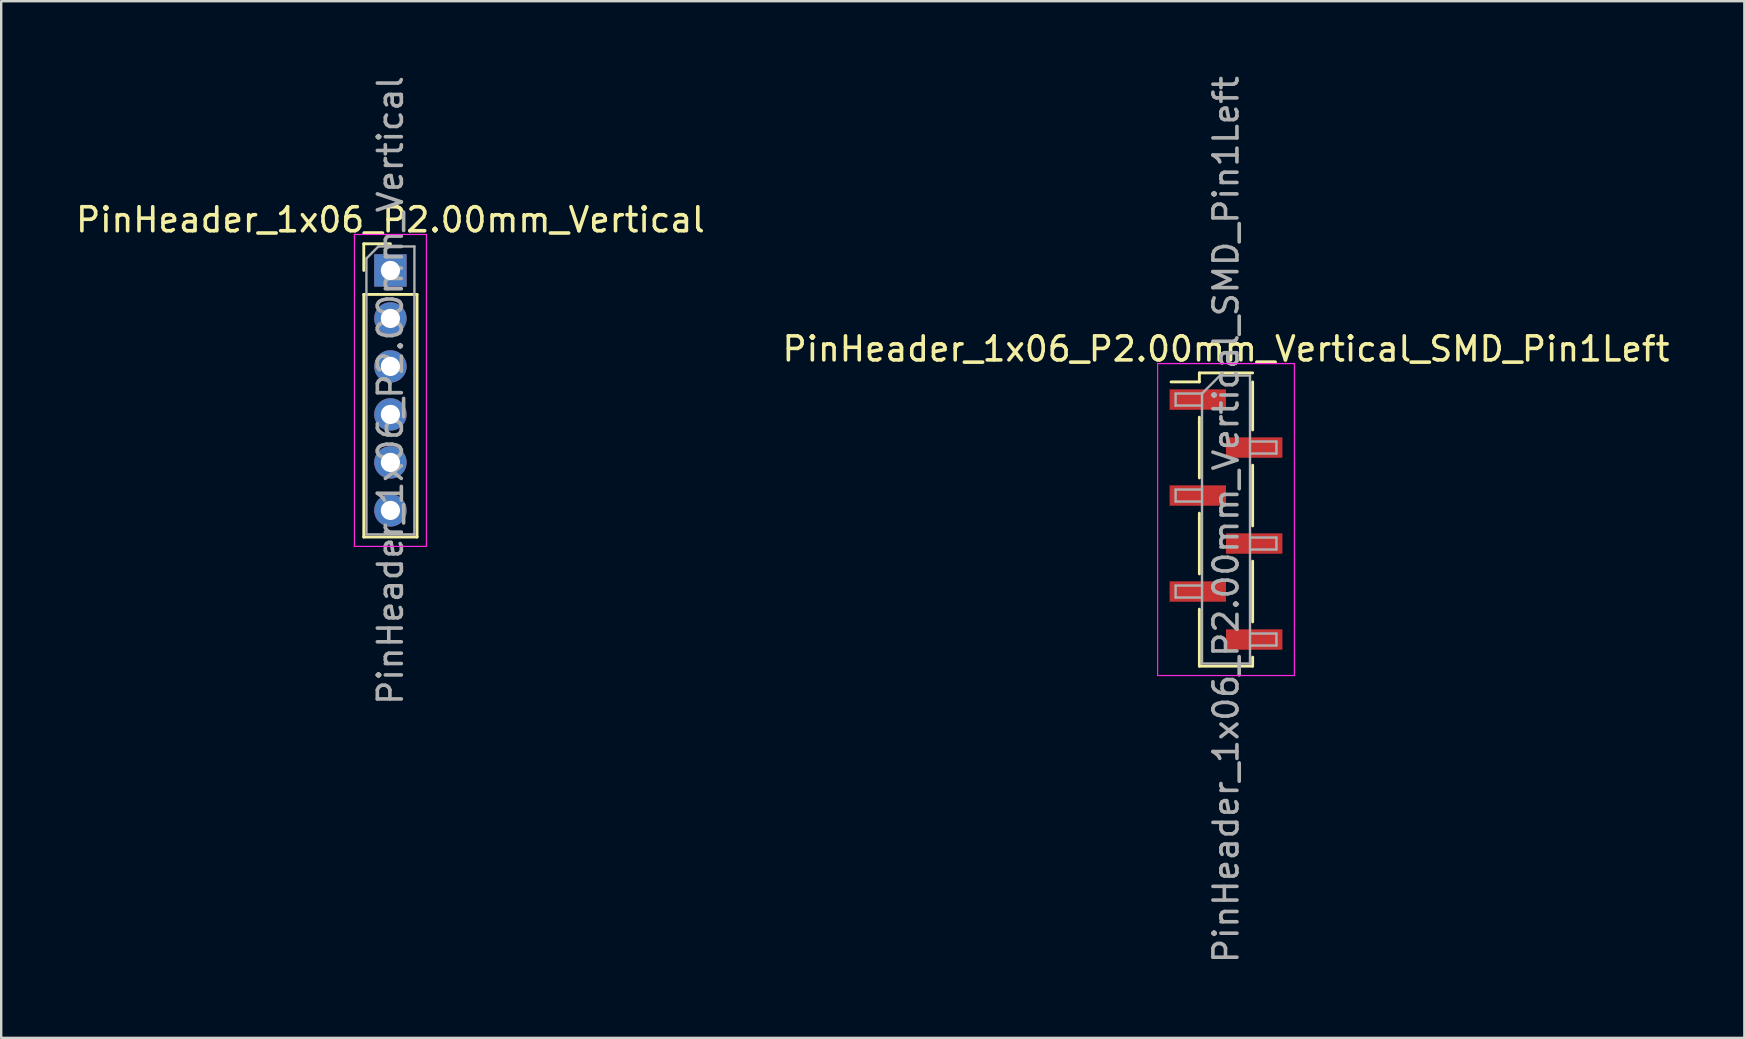
<source format=kicad_pcb>
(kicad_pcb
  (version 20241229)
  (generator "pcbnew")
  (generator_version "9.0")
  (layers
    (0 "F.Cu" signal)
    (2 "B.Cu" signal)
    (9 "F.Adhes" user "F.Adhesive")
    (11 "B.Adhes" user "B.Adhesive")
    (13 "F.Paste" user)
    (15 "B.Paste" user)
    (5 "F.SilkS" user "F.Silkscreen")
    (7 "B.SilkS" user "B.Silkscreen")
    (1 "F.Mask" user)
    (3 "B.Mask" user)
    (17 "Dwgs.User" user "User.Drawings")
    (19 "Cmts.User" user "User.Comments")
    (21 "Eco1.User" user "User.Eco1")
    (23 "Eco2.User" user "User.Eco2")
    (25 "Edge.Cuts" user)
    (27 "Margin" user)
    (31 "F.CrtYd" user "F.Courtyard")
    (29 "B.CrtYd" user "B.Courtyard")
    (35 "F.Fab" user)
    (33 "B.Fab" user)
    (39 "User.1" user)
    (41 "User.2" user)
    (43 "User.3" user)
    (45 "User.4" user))
  (footprint "PinHeader_1x06_P2.00mm_Vertical"
    (layer "F.Cu")
    (at 13.22 8.22)
    (property "Reference" "PinHeader_1x06_P2.00mm_Vertical" (at 0 -2.11 0) (layer "F.SilkS") (effects (font (size 1 1) (thickness 0.15))))
    (attr through_hole)
    (fp_line (start -1.11 -1.11) (end 0 -1.11) (stroke (width 0.12) (type solid)) (layer "F.SilkS"))
    (fp_line (start -1.11 0) (end -1.11 -1.11) (stroke (width 0.12) (type solid)) (layer "F.SilkS"))
    (fp_line (start -1.11 1) (end -1.11 11.11) (stroke (width 0.12) (type solid)) (layer "F.SilkS"))
    (fp_line (start -1.11 1) (end 1.11 1) (stroke (width 0.12) (type solid)) (layer "F.SilkS"))
    (fp_line (start -1.11 11.11) (end 1.11 11.11) (stroke (width 0.12) (type solid)) (layer "F.SilkS"))
    (fp_line (start 1.11 1) (end 1.11 11.11) (stroke (width 0.12) (type solid)) (layer "F.SilkS"))
    (fp_line (start -1.5 -1.5) (end -1.5 11.5) (stroke (width 0.05) (type solid)) (layer "F.CrtYd"))
    (fp_line (start -1.5 11.5) (end 1.5 11.5) (stroke (width 0.05) (type solid)) (layer "F.CrtYd"))
    (fp_line (start 1.5 -1.5) (end -1.5 -1.5) (stroke (width 0.05) (type solid)) (layer "F.CrtYd"))
    (fp_line (start 1.5 11.5) (end 1.5 -1.5) (stroke (width 0.05) (type solid)) (layer "F.CrtYd"))
    (fp_line (start -1 -0.5) (end -0.5 -1) (stroke (width 0.1) (type solid)) (layer "F.Fab"))
    (fp_line (start -1 11) (end -1 -0.5) (stroke (width 0.1) (type solid)) (layer "F.Fab"))
    (fp_line (start -0.5 -1) (end 1 -1) (stroke (width 0.1) (type solid)) (layer "F.Fab"))
    (fp_line (start 1 -1) (end 1 11) (stroke (width 0.1) (type solid)) (layer "F.Fab"))
    (fp_line (start 1 11) (end -1 11) (stroke (width 0.1) (type solid)) (layer "F.Fab"))
    (fp_text user "${REFERENCE}" (at 0 5 90) (layer "F.Fab") (effects (font (size 1 1) (thickness 0.15))))
    (pad "1" thru_hole rect (at 0 0) (size 1.35 1.35) (drill 0.8) (layers "*.Cu" "*.Mask"))
    (pad "2" thru_hole circle (at 0 2) (size 1.35 1.35) (drill 0.8) (layers "*.Cu" "*.Mask"))
    (pad "3" thru_hole circle (at 0 4) (size 1.35 1.35) (drill 0.8) (layers "*.Cu" "*.Mask"))
    (pad "4" thru_hole circle (at 0 6) (size 1.35 1.35) (drill 0.8) (layers "*.Cu" "*.Mask"))
    (pad "5" thru_hole circle (at 0 8) (size 1.35 1.35) (drill 0.8) (layers "*.Cu" "*.Mask"))
    (pad "6" thru_hole circle (at 0 10) (size 1.35 1.35) (drill 0.8) (layers "*.Cu" "*.Mask")))
  (footprint "PinHeader_1x06_P2.00mm_Vertical_SMD_Pin1Left"
    (layer "F.Cu")
    (at 48.042 18.601)
    (property "Reference" "PinHeader_1x06_P2.00mm_Vertical_SMD_Pin1Left" (at 0 -7.11 0) (layer "F.SilkS") (effects (font (size 1 1) (thickness 0.15))))
    (attr smd)
    (fp_line (start -1.11 -6.11) (end -1.11 -5.735) (stroke (width 0.12) (type solid)) (layer "F.SilkS"))
    (fp_line (start -1.11 -6.11) (end 1.11 -6.11) (stroke (width 0.12) (type solid)) (layer "F.SilkS"))
    (fp_line (start -1.11 -5.735) (end -2.29 -5.735) (stroke (width 0.12) (type solid)) (layer "F.SilkS"))
    (fp_line (start -1.11 -4.265) (end -1.11 -1.735) (stroke (width 0.12) (type solid)) (layer "F.SilkS"))
    (fp_line (start -1.11 -0.265) (end -1.11 2.265) (stroke (width 0.12) (type solid)) (layer "F.SilkS"))
    (fp_line (start -1.11 3.735) (end -1.11 6.11) (stroke (width 0.12) (type solid)) (layer "F.SilkS"))
    (fp_line (start -1.11 6.11) (end 1.11 6.11) (stroke (width 0.12) (type solid)) (layer "F.SilkS"))
    (fp_line (start 1.11 -5.735) (end 1.11 -3.735) (stroke (width 0.12) (type solid)) (layer "F.SilkS"))
    (fp_line (start 1.11 -2.265) (end 1.11 0.265) (stroke (width 0.12) (type solid)) (layer "F.SilkS"))
    (fp_line (start 1.11 1.735) (end 1.11 4.265) (stroke (width 0.12) (type solid)) (layer "F.SilkS"))
    (fp_line (start 1.11 5.735) (end 1.11 6.11) (stroke (width 0.12) (type solid)) (layer "F.SilkS"))
    (fp_line (start -2.85 -6.5) (end -2.85 6.5) (stroke (width 0.05) (type solid)) (layer "F.CrtYd"))
    (fp_line (start -2.85 6.5) (end 2.85 6.5) (stroke (width 0.05) (type solid)) (layer "F.CrtYd"))
    (fp_line (start 2.85 -6.5) (end -2.85 -6.5) (stroke (width 0.05) (type solid)) (layer "F.CrtYd"))
    (fp_line (start 2.85 6.5) (end 2.85 -6.5) (stroke (width 0.05) (type solid)) (layer "F.CrtYd"))
    (fp_line (start -2.1 -5.25) (end -2.1 -4.75) (stroke (width 0.1) (type solid)) (layer "F.Fab"))
    (fp_line (start -2.1 -4.75) (end -1 -4.75) (stroke (width 0.1) (type solid)) (layer "F.Fab"))
    (fp_line (start -2.1 -1.25) (end -2.1 -0.75) (stroke (width 0.1) (type solid)) (layer "F.Fab"))
    (fp_line (start -2.1 -0.75) (end -1 -0.75) (stroke (width 0.1) (type solid)) (layer "F.Fab"))
    (fp_line (start -2.1 2.75) (end -2.1 3.25) (stroke (width 0.1) (type solid)) (layer "F.Fab"))
    (fp_line (start -2.1 3.25) (end -1 3.25) (stroke (width 0.1) (type solid)) (layer "F.Fab"))
    (fp_line (start -1 -5.25) (end -2.1 -5.25) (stroke (width 0.1) (type solid)) (layer "F.Fab"))
    (fp_line (start -1 -5.25) (end -0.25 -6) (stroke (width 0.1) (type solid)) (layer "F.Fab"))
    (fp_line (start -1 -1.25) (end -2.1 -1.25) (stroke (width 0.1) (type solid)) (layer "F.Fab"))
    (fp_line (start -1 2.75) (end -2.1 2.75) (stroke (width 0.1) (type solid)) (layer "F.Fab"))
    (fp_line (start -1 6) (end -1 -5.25) (stroke (width 0.1) (type solid)) (layer "F.Fab"))
    (fp_line (start -0.25 -6) (end 1 -6) (stroke (width 0.1) (type solid)) (layer "F.Fab"))
    (fp_line (start 1 -6) (end 1 6) (stroke (width 0.1) (type solid)) (layer "F.Fab"))
    (fp_line (start 1 -3.25) (end 2.1 -3.25) (stroke (width 0.1) (type solid)) (layer "F.Fab"))
    (fp_line (start 1 0.75) (end 2.1 0.75) (stroke (width 0.1) (type solid)) (layer "F.Fab"))
    (fp_line (start 1 4.75) (end 2.1 4.75) (stroke (width 0.1) (type solid)) (layer "F.Fab"))
    (fp_line (start 1 6) (end -1 6) (stroke (width 0.1) (type solid)) (layer "F.Fab"))
    (fp_line (start 2.1 -3.25) (end 2.1 -2.75) (stroke (width 0.1) (type solid)) (layer "F.Fab"))
    (fp_line (start 2.1 -2.75) (end 1 -2.75) (stroke (width 0.1) (type solid)) (layer "F.Fab"))
    (fp_line (start 2.1 0.75) (end 2.1 1.25) (stroke (width 0.1) (type solid)) (layer "F.Fab"))
    (fp_line (start 2.1 1.25) (end 1 1.25) (stroke (width 0.1) (type solid)) (layer "F.Fab"))
    (fp_line (start 2.1 4.75) (end 2.1 5.25) (stroke (width 0.1) (type solid)) (layer "F.Fab"))
    (fp_line (start 2.1 5.25) (end 1 5.25) (stroke (width 0.1) (type solid)) (layer "F.Fab"))
    (fp_text user "${REFERENCE}" (at 0 0 90) (layer "F.Fab") (effects (font (size 1 1) (thickness 0.15))))
    (pad "1" smd rect (at -1.175 -5) (size 2.35 0.85) (layers "F.Cu" "F.Mask" "F.Paste"))
    (pad "2" smd rect (at 1.175 -3) (size 2.35 0.85) (layers "F.Cu" "F.Mask" "F.Paste"))
    (pad "3" smd rect (at -1.175 -1) (size 2.35 0.85) (layers "F.Cu" "F.Mask" "F.Paste"))
    (pad "4" smd rect (at 1.175 1) (size 2.35 0.85) (layers "F.Cu" "F.Mask" "F.Paste"))
    (pad "5" smd rect (at -1.175 3) (size 2.35 0.85) (layers "F.Cu" "F.Mask" "F.Paste"))
    (pad "6" smd rect (at 1.175 5) (size 2.35 0.85) (layers "F.Cu" "F.Mask" "F.Paste")))
  (gr_rect
    (start -3 -3)
    (end 69.643 40.202)
    (stroke (width 0.1) (type default))
    (fill no)
    (layer "Edge.Cuts")))
</source>
